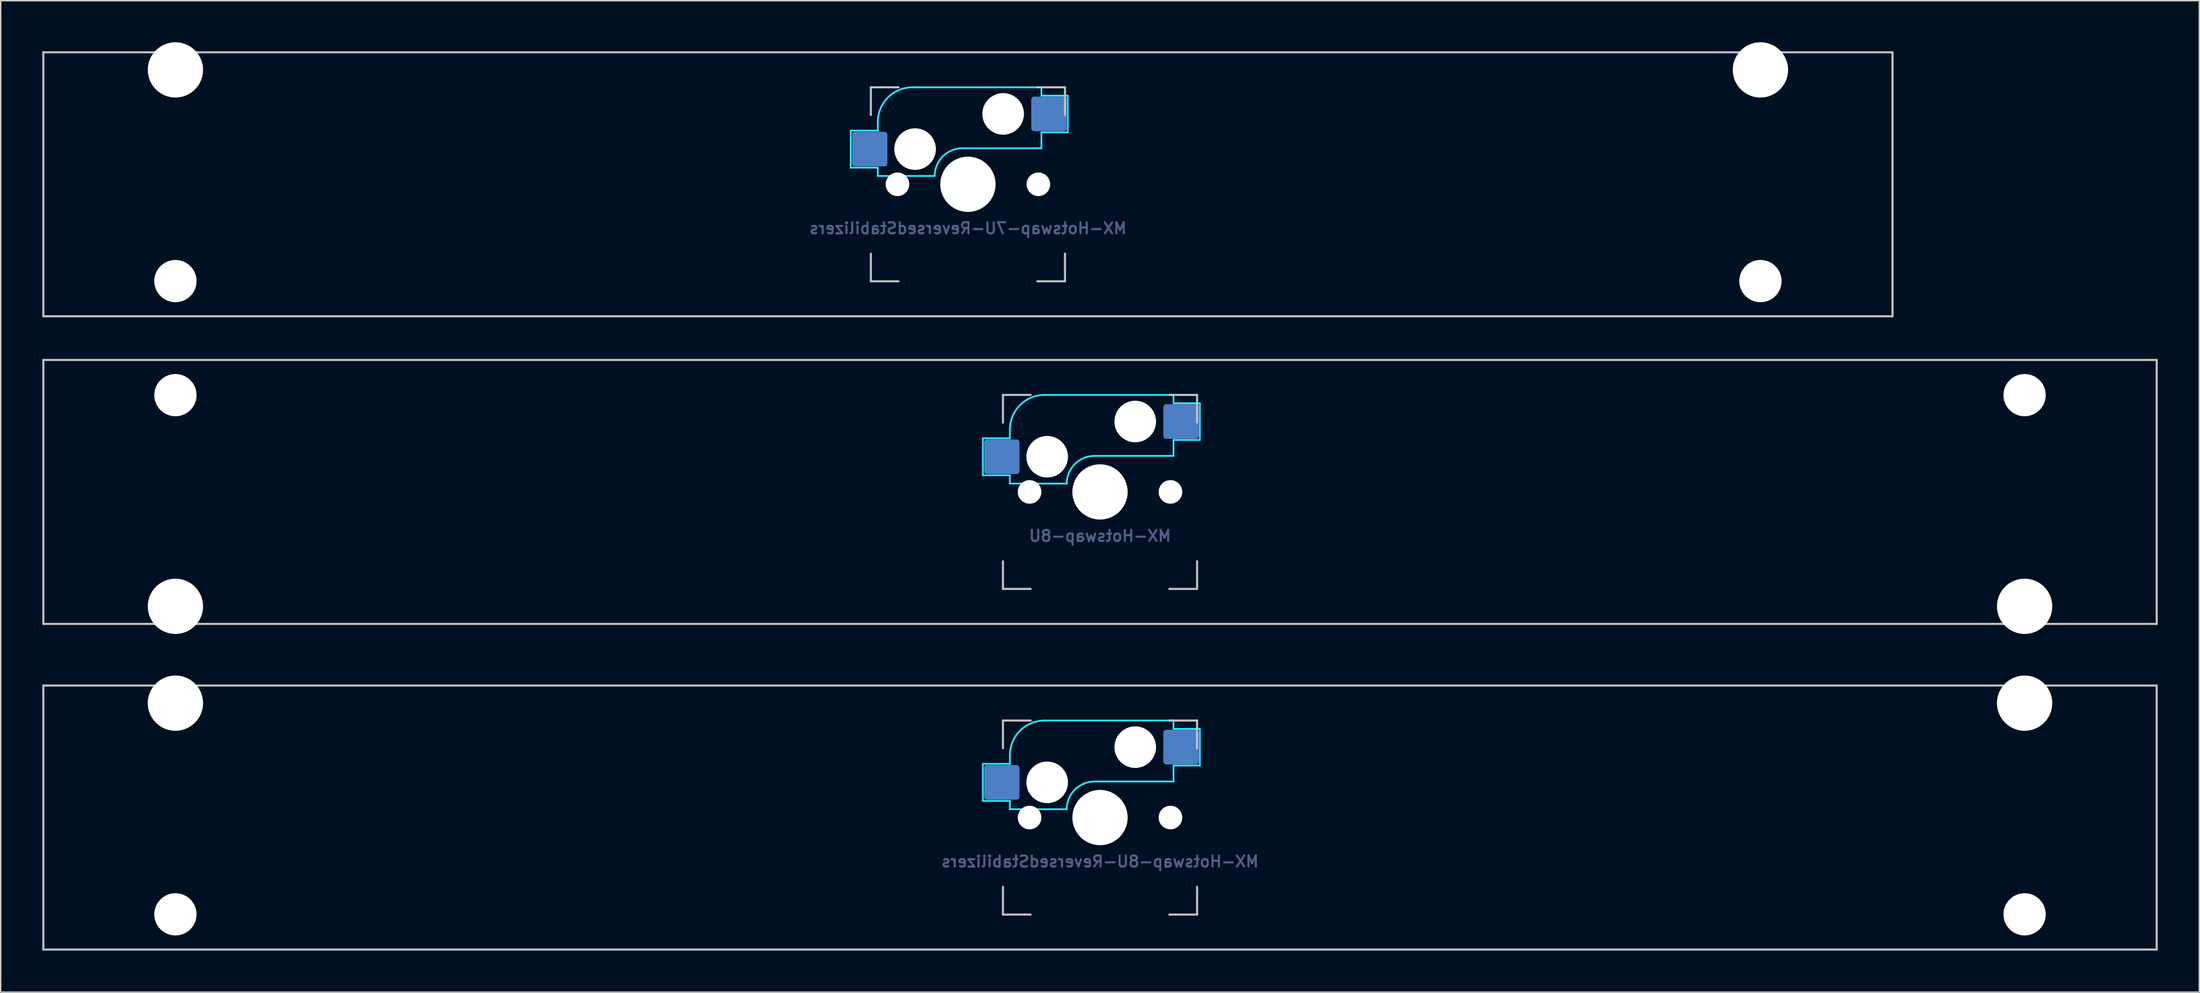
<source format=kicad_pcb>
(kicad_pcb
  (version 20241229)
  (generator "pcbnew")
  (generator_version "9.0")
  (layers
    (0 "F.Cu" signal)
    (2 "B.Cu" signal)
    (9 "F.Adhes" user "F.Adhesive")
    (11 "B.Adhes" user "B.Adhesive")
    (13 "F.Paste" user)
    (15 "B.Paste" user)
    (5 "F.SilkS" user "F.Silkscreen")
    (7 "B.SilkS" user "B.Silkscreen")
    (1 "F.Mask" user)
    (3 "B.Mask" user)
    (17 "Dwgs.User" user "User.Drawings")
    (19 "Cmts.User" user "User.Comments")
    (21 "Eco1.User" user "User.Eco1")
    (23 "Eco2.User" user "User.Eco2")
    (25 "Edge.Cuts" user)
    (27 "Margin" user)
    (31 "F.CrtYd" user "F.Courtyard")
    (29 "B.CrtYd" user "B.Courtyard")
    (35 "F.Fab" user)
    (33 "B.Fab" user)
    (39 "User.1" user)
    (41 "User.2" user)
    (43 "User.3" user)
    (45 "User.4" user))
  (footprint "MX-Hotswap-8U-ReversedStabilizers"
    (layer "F.Cu")
    (at 76.275 55.947)
    (property "Reference" "MX-Hotswap-8U-ReversedStabilizers" (at 0 3.175 0) (layer "B.Fab") (effects (font (size 0.8 0.8) (thickness 0.15)) (justify mirror)))
    (attr smd)
    (fp_line (start -76.2 9.525) (end -76.2 -9.525) (stroke (width 0.15) (type solid)) (layer "Dwgs.User"))
    (fp_line (start -7 -7) (end -7 -5) (stroke (width 0.15) (type solid)) (layer "Dwgs.User"))
    (fp_line (start -7 5) (end -7 7) (stroke (width 0.15) (type solid)) (layer "Dwgs.User"))
    (fp_line (start -7 7) (end -5 7) (stroke (width 0.15) (type solid)) (layer "Dwgs.User"))
    (fp_line (start -5 -7) (end -7 -7) (stroke (width 0.15) (type solid)) (layer "Dwgs.User"))
    (fp_line (start 5 -7) (end 7 -7) (stroke (width 0.15) (type solid)) (layer "Dwgs.User"))
    (fp_line (start 5 7) (end 7 7) (stroke (width 0.15) (type solid)) (layer "Dwgs.User"))
    (fp_line (start 7 -7) (end 7 -5) (stroke (width 0.15) (type solid)) (layer "Dwgs.User"))
    (fp_line (start 7 7) (end 7 5) (stroke (width 0.15) (type solid)) (layer "Dwgs.User"))
    (fp_line (start 76.2 -9.525) (end -76.2 -9.525) (stroke (width 0.15) (type solid)) (layer "Dwgs.User"))
    (fp_line (start 76.2 9.525) (end -76.2 9.525) (stroke (width 0.15) (type solid)) (layer "Dwgs.User"))
    (fp_line (start 76.2 9.525) (end 76.2 -9.525) (stroke (width 0.15) (type solid)) (layer "Dwgs.User"))
    (fp_line (start -8.45 -3.875) (end -8.45 -1.2) (stroke (width 0.127) (type solid)) (layer "B.CrtYd"))
    (fp_line (start -8.45 -1.2) (end -6.5 -1.2) (stroke (width 0.127) (type solid)) (layer "B.CrtYd"))
    (fp_line (start -6.5 -4.5) (end -6.5 -3.875) (stroke (width 0.127) (type solid)) (layer "B.CrtYd"))
    (fp_line (start -6.5 -3.875) (end -8.45 -3.875) (stroke (width 0.127) (type solid)) (layer "B.CrtYd"))
    (fp_line (start -6.5 -0.6) (end -6.5 -1.2) (stroke (width 0.127) (type solid)) (layer "B.CrtYd"))
    (fp_line (start -6.5 -0.6) (end -2.4 -0.6) (stroke (width 0.127) (type solid)) (layer "B.CrtYd"))
    (fp_line (start -0.4 -2.6) (end 5.3 -2.6) (stroke (width 0.127) (type solid)) (layer "B.CrtYd"))
    (fp_line (start 5.3 -7) (end -4 -7) (stroke (width 0.127) (type solid)) (layer "B.CrtYd"))
    (fp_line (start 5.3 -7) (end 5.3 -6.4) (stroke (width 0.127) (type solid)) (layer "B.CrtYd"))
    (fp_line (start 5.3 -6.4) (end 7.2 -6.4) (stroke (width 0.127) (type solid)) (layer "B.CrtYd"))
    (fp_line (start 5.3 -2.6) (end 5.3 -3.75) (stroke (width 0.127) (type solid)) (layer "B.CrtYd"))
    (fp_line (start 7.2 -6.4) (end 7.2 -3.75) (stroke (width 0.127) (type solid)) (layer "B.CrtYd"))
    (fp_line (start 7.2 -3.75) (end 5.3 -3.75) (stroke (width 0.127) (type solid)) (layer "B.CrtYd"))
    (fp_arc (start -6.5 -4.5) (mid -5.767767 -6.267767) (end -4 -7) (stroke (width 0.127) (type solid)) (layer "B.CrtYd"))
    (fp_arc (start -2.4 -0.6) (mid -1.814214 -2.014214) (end -0.4 -2.6) (stroke (width 0.127) (type solid)) (layer "B.CrtYd"))
    (pad "" np_thru_hole circle (at -66.675 -8.255) (size 3.988 3.988) (drill 3.988) (layers "*.Cu" "*.Mask"))
    (pad "" np_thru_hole circle (at -66.675 6.985) (size 3.048 3.048) (drill 3.048) (layers "*.Cu" "*.Mask"))
    (pad "" np_thru_hole circle (at -5.08 0 48.099) (size 1.702 1.702) (drill 1.702) (layers "*.Cu" "*.Mask"))
    (pad "" np_thru_hole circle (at -3.81 -2.54) (size 3 3) (drill 3) (layers "*.Cu" "*.Mask"))
    (pad "" np_thru_hole circle (at 0 0) (size 3.988 3.988) (drill 3.988) (layers "*.Cu" "*.Mask"))
    (pad "" np_thru_hole circle (at 2.54 -5.08) (size 3 3) (drill 3) (layers "*.Cu" "*.Mask"))
    (pad "" np_thru_hole circle (at 5.08 0 48.099) (size 1.702 1.702) (drill 1.702) (layers "*.Cu" "*.Mask"))
    (pad "" np_thru_hole circle (at 66.675 -8.255) (size 3.988 3.988) (drill 3.988) (layers "*.Cu" "*.Mask"))
    (pad "" np_thru_hole circle (at 66.675 6.985) (size 3.048 3.048) (drill 3.048) (layers "*.Cu" "*.Mask"))
    (pad "1" smd roundrect (at -7.085 -2.54) (size 2.55 2.5) (layers "B.Cu" "B.Mask" "B.Paste") (roundrect_rratio 0.08))
    (pad "2" smd roundrect (at 5.842 -5.08) (size 2.55 2.5) (layers "B.Cu" "B.Mask" "B.Paste") (roundrect_rratio 0.08)))
  (footprint "MX-Hotswap-8U"
    (layer "F.Cu")
    (at 76.275 32.449)
    (property "Reference" "MX-Hotswap-8U" (at 0 3.175 0) (layer "B.Fab") (effects (font (size 0.8 0.8) (thickness 0.15)) (justify mirror)))
    (attr smd)
    (fp_line (start -76.2 9.525) (end -76.2 -9.525) (stroke (width 0.15) (type solid)) (layer "Dwgs.User"))
    (fp_line (start -7 -7) (end -7 -5) (stroke (width 0.15) (type solid)) (layer "Dwgs.User"))
    (fp_line (start -7 5) (end -7 7) (stroke (width 0.15) (type solid)) (layer "Dwgs.User"))
    (fp_line (start -7 7) (end -5 7) (stroke (width 0.15) (type solid)) (layer "Dwgs.User"))
    (fp_line (start -5 -7) (end -7 -7) (stroke (width 0.15) (type solid)) (layer "Dwgs.User"))
    (fp_line (start 5 -7) (end 7 -7) (stroke (width 0.15) (type solid)) (layer "Dwgs.User"))
    (fp_line (start 5 7) (end 7 7) (stroke (width 0.15) (type solid)) (layer "Dwgs.User"))
    (fp_line (start 7 -7) (end 7 -5) (stroke (width 0.15) (type solid)) (layer "Dwgs.User"))
    (fp_line (start 7 7) (end 7 5) (stroke (width 0.15) (type solid)) (layer "Dwgs.User"))
    (fp_line (start 76.2 -9.525) (end -76.2 -9.525) (stroke (width 0.15) (type solid)) (layer "Dwgs.User"))
    (fp_line (start 76.2 9.525) (end -76.2 9.525) (stroke (width 0.15) (type solid)) (layer "Dwgs.User"))
    (fp_line (start 76.2 9.525) (end 76.2 -9.525) (stroke (width 0.15) (type solid)) (layer "Dwgs.User"))
    (fp_line (start -8.45 -3.875) (end -8.45 -1.2) (stroke (width 0.127) (type solid)) (layer "B.CrtYd"))
    (fp_line (start -8.45 -1.2) (end -6.5 -1.2) (stroke (width 0.127) (type solid)) (layer "B.CrtYd"))
    (fp_line (start -6.5 -4.5) (end -6.5 -3.875) (stroke (width 0.127) (type solid)) (layer "B.CrtYd"))
    (fp_line (start -6.5 -3.875) (end -8.45 -3.875) (stroke (width 0.127) (type solid)) (layer "B.CrtYd"))
    (fp_line (start -6.5 -0.6) (end -6.5 -1.2) (stroke (width 0.127) (type solid)) (layer "B.CrtYd"))
    (fp_line (start -6.5 -0.6) (end -2.4 -0.6) (stroke (width 0.127) (type solid)) (layer "B.CrtYd"))
    (fp_line (start -0.4 -2.6) (end 5.3 -2.6) (stroke (width 0.127) (type solid)) (layer "B.CrtYd"))
    (fp_line (start 5.3 -7) (end -4 -7) (stroke (width 0.127) (type solid)) (layer "B.CrtYd"))
    (fp_line (start 5.3 -7) (end 5.3 -6.4) (stroke (width 0.127) (type solid)) (layer "B.CrtYd"))
    (fp_line (start 5.3 -6.4) (end 7.2 -6.4) (stroke (width 0.127) (type solid)) (layer "B.CrtYd"))
    (fp_line (start 5.3 -2.6) (end 5.3 -3.75) (stroke (width 0.127) (type solid)) (layer "B.CrtYd"))
    (fp_line (start 7.2 -6.4) (end 7.2 -3.75) (stroke (width 0.127) (type solid)) (layer "B.CrtYd"))
    (fp_line (start 7.2 -3.75) (end 5.3 -3.75) (stroke (width 0.127) (type solid)) (layer "B.CrtYd"))
    (fp_arc (start -6.5 -4.5) (mid -5.767767 -6.267767) (end -4 -7) (stroke (width 0.127) (type solid)) (layer "B.CrtYd"))
    (fp_arc (start -2.4 -0.6) (mid -1.814214 -2.014214) (end -0.4 -2.6) (stroke (width 0.127) (type solid)) (layer "B.CrtYd"))
    (pad "" np_thru_hole circle (at -66.675 -6.985) (size 3.048 3.048) (drill 3.048) (layers "*.Cu" "*.Mask"))
    (pad "" np_thru_hole circle (at -66.675 8.255) (size 3.988 3.988) (drill 3.988) (layers "*.Cu" "*.Mask"))
    (pad "" np_thru_hole circle (at -5.08 0 48.099) (size 1.702 1.702) (drill 1.702) (layers "*.Cu" "*.Mask"))
    (pad "" np_thru_hole circle (at -3.81 -2.54) (size 3 3) (drill 3) (layers "*.Cu" "*.Mask"))
    (pad "" np_thru_hole circle (at 0 0) (size 3.988 3.988) (drill 3.988) (layers "*.Cu" "*.Mask"))
    (pad "" np_thru_hole circle (at 2.54 -5.08) (size 3 3) (drill 3) (layers "*.Cu" "*.Mask"))
    (pad "" np_thru_hole circle (at 5.08 0 48.099) (size 1.702 1.702) (drill 1.702) (layers "*.Cu" "*.Mask"))
    (pad "" np_thru_hole circle (at 66.675 -6.985) (size 3.048 3.048) (drill 3.048) (layers "*.Cu" "*.Mask"))
    (pad "" np_thru_hole circle (at 66.675 8.255) (size 3.988 3.988) (drill 3.988) (layers "*.Cu" "*.Mask"))
    (pad "1" smd roundrect (at -7.085 -2.54) (size 2.55 2.5) (layers "B.Cu" "B.Mask" "B.Paste") (roundrect_rratio 0.08))
    (pad "2" smd roundrect (at 5.842 -5.08) (size 2.55 2.5) (layers "B.Cu" "B.Mask" "B.Paste") (roundrect_rratio 0.08)))
  (footprint "MX-Hotswap-7U-ReversedStabilizers"
    (layer "F.Cu")
    (at 66.75 10.249)
    (property "Reference" "MX-Hotswap-7U-ReversedStabilizers" (at 0 3.175 0) (layer "B.Fab") (effects (font (size 0.8 0.8) (thickness 0.15)) (justify mirror)))
    (attr smd)
    (fp_line (start -66.675 9.525) (end -66.675 -9.525) (stroke (width 0.15) (type solid)) (layer "Dwgs.User"))
    (fp_line (start -7 -7) (end -7 -5) (stroke (width 0.15) (type solid)) (layer "Dwgs.User"))
    (fp_line (start -7 5) (end -7 7) (stroke (width 0.15) (type solid)) (layer "Dwgs.User"))
    (fp_line (start -7 7) (end -5 7) (stroke (width 0.15) (type solid)) (layer "Dwgs.User"))
    (fp_line (start -5 -7) (end -7 -7) (stroke (width 0.15) (type solid)) (layer "Dwgs.User"))
    (fp_line (start 5 -7) (end 7 -7) (stroke (width 0.15) (type solid)) (layer "Dwgs.User"))
    (fp_line (start 5 7) (end 7 7) (stroke (width 0.15) (type solid)) (layer "Dwgs.User"))
    (fp_line (start 7 -7) (end 7 -5) (stroke (width 0.15) (type solid)) (layer "Dwgs.User"))
    (fp_line (start 7 7) (end 7 5) (stroke (width 0.15) (type solid)) (layer "Dwgs.User"))
    (fp_line (start 66.675 -9.525) (end -66.675 -9.525) (stroke (width 0.15) (type solid)) (layer "Dwgs.User"))
    (fp_line (start 66.675 9.525) (end -66.675 9.525) (stroke (width 0.15) (type solid)) (layer "Dwgs.User"))
    (fp_line (start 66.675 9.525) (end 66.675 -9.525) (stroke (width 0.15) (type solid)) (layer "Dwgs.User"))
    (fp_line (start -8.45 -3.875) (end -8.45 -1.2) (stroke (width 0.127) (type solid)) (layer "B.CrtYd"))
    (fp_line (start -8.45 -1.2) (end -6.5 -1.2) (stroke (width 0.127) (type solid)) (layer "B.CrtYd"))
    (fp_line (start -6.5 -4.5) (end -6.5 -3.875) (stroke (width 0.127) (type solid)) (layer "B.CrtYd"))
    (fp_line (start -6.5 -3.875) (end -8.45 -3.875) (stroke (width 0.127) (type solid)) (layer "B.CrtYd"))
    (fp_line (start -6.5 -0.6) (end -6.5 -1.2) (stroke (width 0.127) (type solid)) (layer "B.CrtYd"))
    (fp_line (start -6.5 -0.6) (end -2.4 -0.6) (stroke (width 0.127) (type solid)) (layer "B.CrtYd"))
    (fp_line (start -0.4 -2.6) (end 5.3 -2.6) (stroke (width 0.127) (type solid)) (layer "B.CrtYd"))
    (fp_line (start 5.3 -7) (end -4 -7) (stroke (width 0.127) (type solid)) (layer "B.CrtYd"))
    (fp_line (start 5.3 -7) (end 5.3 -6.4) (stroke (width 0.127) (type solid)) (layer "B.CrtYd"))
    (fp_line (start 5.3 -6.4) (end 7.2 -6.4) (stroke (width 0.127) (type solid)) (layer "B.CrtYd"))
    (fp_line (start 5.3 -2.6) (end 5.3 -3.75) (stroke (width 0.127) (type solid)) (layer "B.CrtYd"))
    (fp_line (start 7.2 -6.4) (end 7.2 -3.75) (stroke (width 0.127) (type solid)) (layer "B.CrtYd"))
    (fp_line (start 7.2 -3.75) (end 5.3 -3.75) (stroke (width 0.127) (type solid)) (layer "B.CrtYd"))
    (fp_arc (start -6.5 -4.5) (mid -5.767767 -6.267767) (end -4 -7) (stroke (width 0.127) (type solid)) (layer "B.CrtYd"))
    (fp_arc (start -2.4 -0.6) (mid -1.814214 -2.014214) (end -0.4 -2.6) (stroke (width 0.127) (type solid)) (layer "B.CrtYd"))
    (pad "" np_thru_hole circle (at -57.15 -8.255) (size 3.988 3.988) (drill 3.988) (layers "*.Cu" "*.Mask"))
    (pad "" np_thru_hole circle (at -57.15 6.985) (size 3.048 3.048) (drill 3.048) (layers "*.Cu" "*.Mask"))
    (pad "" np_thru_hole circle (at -5.08 0 48.099) (size 1.702 1.702) (drill 1.702) (layers "*.Cu" "*.Mask"))
    (pad "" np_thru_hole circle (at -3.81 -2.54) (size 3 3) (drill 3) (layers "*.Cu" "*.Mask"))
    (pad "" np_thru_hole circle (at 0 0) (size 3.988 3.988) (drill 3.988) (layers "*.Cu" "*.Mask"))
    (pad "" np_thru_hole circle (at 2.54 -5.08) (size 3 3) (drill 3) (layers "*.Cu" "*.Mask"))
    (pad "" np_thru_hole circle (at 5.08 0 48.099) (size 1.702 1.702) (drill 1.702) (layers "*.Cu" "*.Mask"))
    (pad "" np_thru_hole circle (at 57.15 -8.255) (size 3.988 3.988) (drill 3.988) (layers "*.Cu" "*.Mask"))
    (pad "" np_thru_hole circle (at 57.15 6.985) (size 3.048 3.048) (drill 3.048) (layers "*.Cu" "*.Mask"))
    (pad "1" smd roundrect (at -7.085 -2.54) (size 2.55 2.5) (layers "B.Cu" "B.Mask" "B.Paste") (roundrect_rratio 0.08))
    (pad "2" smd roundrect (at 5.842 -5.08) (size 2.55 2.5) (layers "B.Cu" "B.Mask" "B.Paste") (roundrect_rratio 0.08)))
  (gr_rect
    (start -3 -3)
    (end 155.55 68.547)
    (stroke (width 0.1) (type default))
    (fill no)
    (layer "Edge.Cuts")))
</source>
